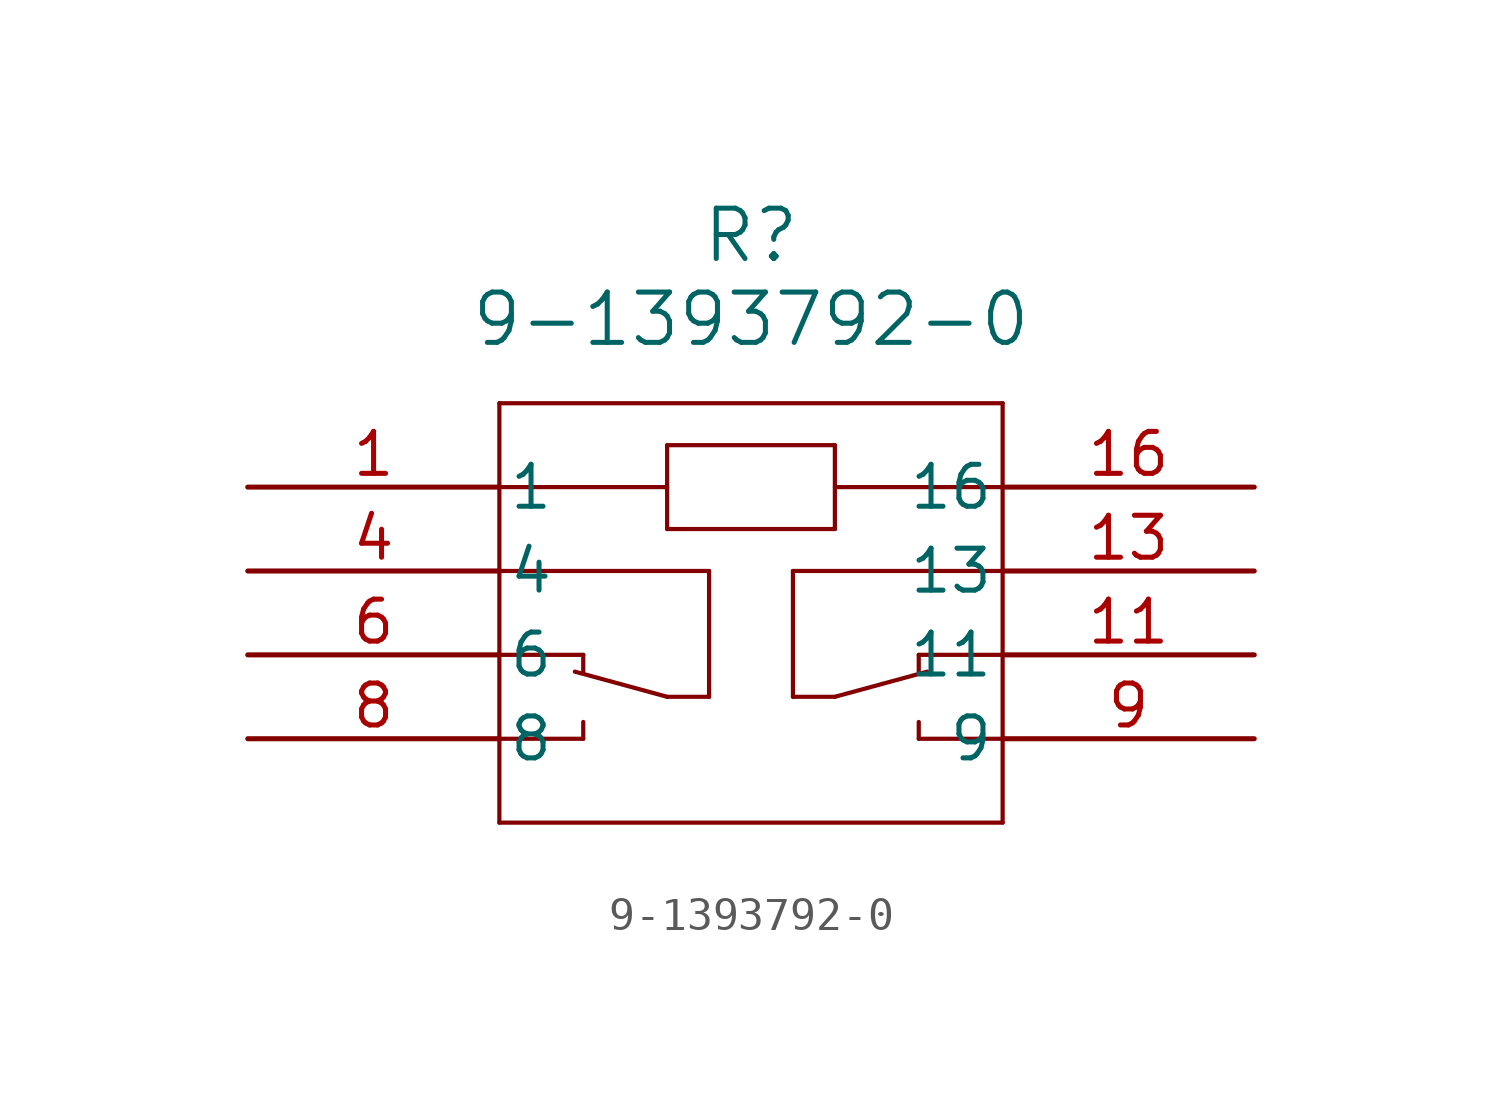
<source format=kicad_sym>
(kicad_symbol_lib
  (version 20220914)
  (generator kicad_symbol_editor)
  (symbol "9-1393792-0"
    (pin_names
      (offset 0.254))
    (property "Reference" "R"
      (at 15.24 7.62 0)
      (effects (font (size 1.524 1.524))))
    (property "Value" "9-1393792-0"
      (at 15.24 5.08 0)
      (effects (font (size 1.524 1.524))))
    (symbol "9-1393792-0_0_1"
      (polyline (pts (xy 7.62 -10.16) (xy 22.86 -10.16)) (stroke (width 0.127) (type default)) (fill (type none)))
      (polyline (pts (xy 7.62 -7.62) (xy 10.16 -7.62)) (stroke (width 0.127) (type default)) (fill (type none)))
      (polyline (pts (xy 7.62 -5.08) (xy 10.16 -5.08)) (stroke (width 0.127) (type default)) (fill (type none)))
      (polyline (pts (xy 7.62 0) (xy 12.7 0)) (stroke (width 0.127) (type default)) (fill (type none)))
      (polyline (pts (xy 7.62 2.54) (xy 7.62 -10.16)) (stroke (width 0.127) (type default)) (fill (type none)))
      (polyline (pts (xy 9.906 -5.588) (xy 12.7 -6.35)) (stroke (width 0.127) (type default)) (fill (type none)))
      (polyline (pts (xy 10.16 -7.112) (xy 10.16 -7.62)) (stroke (width 0.127) (type default)) (fill (type none)))
      (polyline (pts (xy 10.16 -5.08) (xy 10.16 -5.588)) (stroke (width 0.127) (type default)) (fill (type none)))
      (polyline (pts (xy 12.7 -6.35) (xy 13.97 -6.35)) (stroke (width 0.127) (type default)) (fill (type none)))
      (polyline (pts (xy 12.7 -1.27) (xy 17.78 -1.27)) (stroke (width 0.127) (type default)) (fill (type none)))
      (polyline (pts (xy 12.7 1.27) (xy 12.7 -1.27)) (stroke (width 0.127) (type default)) (fill (type none)))
      (polyline (pts (xy 13.97 -6.35) (xy 13.97 -2.54)) (stroke (width 0.127) (type default)) (fill (type none)))
      (polyline (pts (xy 13.97 -2.54) (xy 7.62 -2.54)) (stroke (width 0.127) (type default)) (fill (type none)))
      (polyline (pts (xy 16.51 -6.35) (xy 16.51 -2.54)) (stroke (width 0.127) (type default)) (fill (type none)))
      (polyline (pts (xy 16.51 -2.54) (xy 22.86 -2.54)) (stroke (width 0.127) (type default)) (fill (type none)))
      (polyline (pts (xy 17.78 -6.35) (xy 16.51 -6.35)) (stroke (width 0.127) (type default)) (fill (type none)))
      (polyline (pts (xy 17.78 -1.27) (xy 17.78 1.27)) (stroke (width 0.127) (type default)) (fill (type none)))
      (polyline (pts (xy 17.78 0) (xy 22.86 0)) (stroke (width 0.127) (type default)) (fill (type none)))
      (polyline (pts (xy 17.78 1.27) (xy 12.7 1.27)) (stroke (width 0.127) (type default)) (fill (type none)))
      (polyline (pts (xy 20.32 -7.112) (xy 20.32 -7.62)) (stroke (width 0.127) (type default)) (fill (type none)))
      (polyline (pts (xy 20.32 -5.08) (xy 20.32 -5.588)) (stroke (width 0.127) (type default)) (fill (type none)))
      (polyline (pts (xy 20.574 -5.588) (xy 17.78 -6.35)) (stroke (width 0.127) (type default)) (fill (type none)))
      (polyline (pts (xy 22.86 -10.16) (xy 22.86 2.54)) (stroke (width 0.127) (type default)) (fill (type none)))
      (polyline (pts (xy 22.86 -7.62) (xy 20.32 -7.62)) (stroke (width 0.127) (type default)) (fill (type none)))
      (polyline (pts (xy 22.86 -5.08) (xy 20.32 -5.08)) (stroke (width 0.127) (type default)) (fill (type none)))
      (polyline (pts (xy 22.86 2.54) (xy 7.62 2.54)) (stroke (width 0.127) (type default)) (fill (type none)))
      (pin unspecified line (at 0 0 0) (length 7.62) (name "1" (effects (font (size 1.27 1.27)))) (number "1" (effects (font (size 1.27 1.27)))))
      (pin unspecified line (at 30.48 -5.08 180) (length 7.62) (name "11" (effects (font (size 1.27 1.27)))) (number "11" (effects (font (size 1.27 1.27)))))
      (pin unspecified line (at 30.48 -2.54 180) (length 7.62) (name "13" (effects (font (size 1.27 1.27)))) (number "13" (effects (font (size 1.27 1.27)))))
      (pin unspecified line (at 30.48 0 180) (length 7.62) (name "16" (effects (font (size 1.27 1.27)))) (number "16" (effects (font (size 1.27 1.27)))))
      (pin unspecified line (at 0 -2.54 0) (length 7.62) (name "4" (effects (font (size 1.27 1.27)))) (number "4" (effects (font (size 1.27 1.27)))))
      (pin unspecified line (at 0 -5.08 0) (length 7.62) (name "6" (effects (font (size 1.27 1.27)))) (number "6" (effects (font (size 1.27 1.27)))))
      (pin unspecified line (at 0 -7.62 0) (length 7.62) (name "8" (effects (font (size 1.27 1.27)))) (number "8" (effects (font (size 1.27 1.27)))))
      (pin unspecified line (at 30.48 -7.62 180) (length 7.62) (name "9" (effects (font (size 1.27 1.27)))) (number "9" (effects (font (size 1.27 1.27))))))))
</source>
